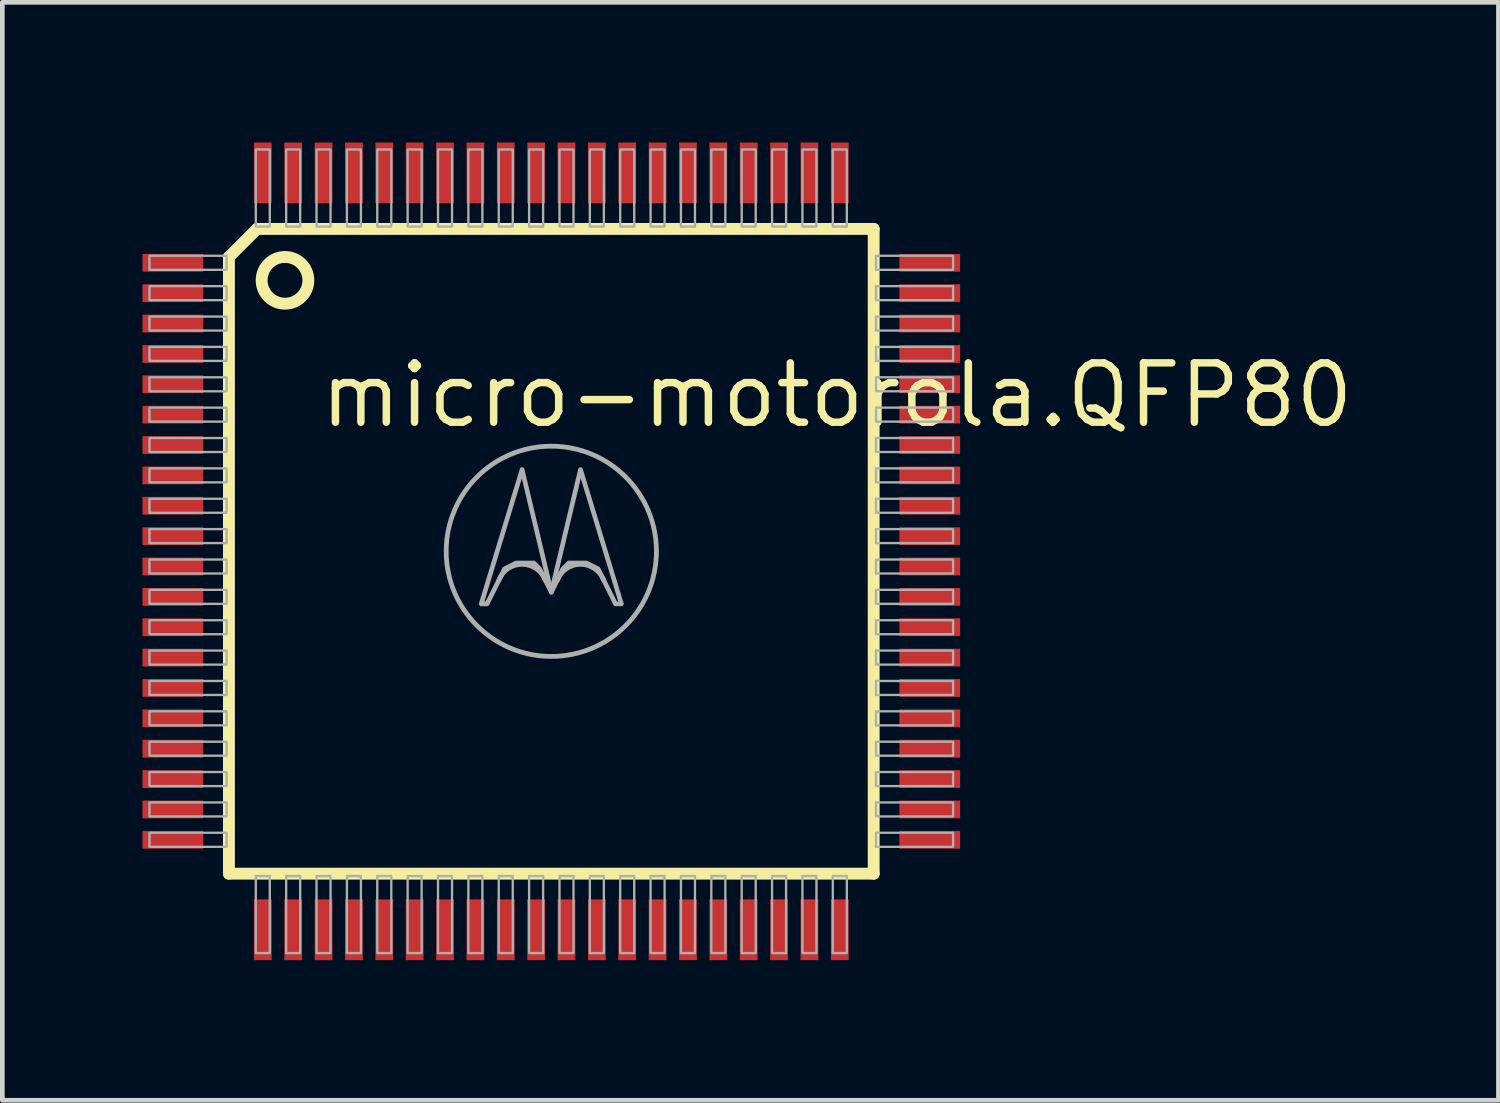
<source format=kicad_pcb>
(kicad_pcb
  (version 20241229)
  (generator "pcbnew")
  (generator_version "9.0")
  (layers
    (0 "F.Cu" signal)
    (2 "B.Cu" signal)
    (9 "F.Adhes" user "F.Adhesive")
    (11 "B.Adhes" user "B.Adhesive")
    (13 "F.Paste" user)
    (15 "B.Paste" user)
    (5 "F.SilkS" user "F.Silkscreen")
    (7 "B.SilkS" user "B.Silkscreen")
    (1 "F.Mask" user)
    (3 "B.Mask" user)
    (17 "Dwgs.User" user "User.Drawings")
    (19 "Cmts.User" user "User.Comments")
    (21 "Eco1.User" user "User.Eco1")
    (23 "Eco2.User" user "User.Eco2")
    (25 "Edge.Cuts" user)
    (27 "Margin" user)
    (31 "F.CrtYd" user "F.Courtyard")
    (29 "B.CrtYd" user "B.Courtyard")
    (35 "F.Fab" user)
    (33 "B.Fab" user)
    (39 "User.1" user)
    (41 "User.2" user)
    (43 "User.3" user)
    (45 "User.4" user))
  (footprint "micro-motorola.QFP80"
    (layer "F.Cu")
    (at 8.75 8.75)
    (property "Reference" "micro-motorola.QFP80" (at -5.028 -2.6 0) (layer "F.SilkS") (effects (font (size 1.27 1.27) (thickness 0.16)) (justify left bottom)))
    (attr smd)
    (fp_line (start -6.9 -6.3) (end -6.9 6.9) (stroke (width 0.254) (type default)) (layer "F.SilkS"))
    (fp_line (start -6.9 6.9) (end 6.9 6.9) (stroke (width 0.254) (type default)) (layer "F.SilkS"))
    (fp_line (start -6.3 -6.9) (end -6.9 -6.3) (stroke (width 0.254) (type default)) (layer "F.SilkS"))
    (fp_line (start 6.9 -6.9) (end -6.3 -6.9) (stroke (width 0.254) (type default)) (layer "F.SilkS"))
    (fp_line (start 6.9 6.9) (end 6.9 -6.9) (stroke (width 0.254) (type default)) (layer "F.SilkS"))
    (fp_circle (center -5.7 -5.8) (end -5.2 -5.8) (stroke (width 0.254) (type default)) (fill no) (layer "F.SilkS"))
    (fp_rect (start -8.6 -6.025) (end -6.95 -6.325) (stroke (width 0.05) (type default)) (fill no) (layer "F.Fab"))
    (fp_rect (start -8.6 -5.375) (end -6.95 -5.675) (stroke (width 0.05) (type default)) (fill no) (layer "F.Fab"))
    (fp_rect (start -8.6 -4.725) (end -6.95 -5.025) (stroke (width 0.05) (type default)) (fill no) (layer "F.Fab"))
    (fp_rect (start -8.6 -4.075) (end -6.95 -4.375) (stroke (width 0.05) (type default)) (fill no) (layer "F.Fab"))
    (fp_rect (start -8.6 -3.425) (end -6.95 -3.725) (stroke (width 0.05) (type default)) (fill no) (layer "F.Fab"))
    (fp_rect (start -8.6 -2.775) (end -6.95 -3.075) (stroke (width 0.05) (type default)) (fill no) (layer "F.Fab"))
    (fp_rect (start -8.6 -2.125) (end -6.95 -2.425) (stroke (width 0.05) (type default)) (fill no) (layer "F.Fab"))
    (fp_rect (start -8.6 -1.475) (end -6.95 -1.775) (stroke (width 0.05) (type default)) (fill no) (layer "F.Fab"))
    (fp_rect (start -8.6 -0.825) (end -6.95 -1.125) (stroke (width 0.05) (type default)) (fill no) (layer "F.Fab"))
    (fp_rect (start -8.6 -0.175) (end -6.95 -0.475) (stroke (width 0.05) (type default)) (fill no) (layer "F.Fab"))
    (fp_rect (start -8.6 0.475) (end -6.95 0.175) (stroke (width 0.05) (type default)) (fill no) (layer "F.Fab"))
    (fp_rect (start -8.6 1.125) (end -6.95 0.825) (stroke (width 0.05) (type default)) (fill no) (layer "F.Fab"))
    (fp_rect (start -8.6 1.775) (end -6.95 1.475) (stroke (width 0.05) (type default)) (fill no) (layer "F.Fab"))
    (fp_rect (start -8.6 2.425) (end -6.95 2.125) (stroke (width 0.05) (type default)) (fill no) (layer "F.Fab"))
    (fp_rect (start -8.6 3.075) (end -6.95 2.775) (stroke (width 0.05) (type default)) (fill no) (layer "F.Fab"))
    (fp_rect (start -8.6 3.725) (end -6.95 3.425) (stroke (width 0.05) (type default)) (fill no) (layer "F.Fab"))
    (fp_rect (start -8.6 4.375) (end -6.95 4.075) (stroke (width 0.05) (type default)) (fill no) (layer "F.Fab"))
    (fp_rect (start -8.6 5.025) (end -6.95 4.725) (stroke (width 0.05) (type default)) (fill no) (layer "F.Fab"))
    (fp_rect (start -8.6 5.675) (end -6.95 5.375) (stroke (width 0.05) (type default)) (fill no) (layer "F.Fab"))
    (fp_rect (start -8.6 6.325) (end -6.95 6.025) (stroke (width 0.05) (type default)) (fill no) (layer "F.Fab"))
    (fp_rect (start -6.325 -6.95) (end -6.025 -8.6) (stroke (width 0.05) (type default)) (fill no) (layer "F.Fab"))
    (fp_rect (start -6.325 8.6) (end -6.025 6.95) (stroke (width 0.05) (type default)) (fill no) (layer "F.Fab"))
    (fp_rect (start -5.675 -6.95) (end -5.375 -8.6) (stroke (width 0.05) (type default)) (fill no) (layer "F.Fab"))
    (fp_rect (start -5.675 8.6) (end -5.375 6.95) (stroke (width 0.05) (type default)) (fill no) (layer "F.Fab"))
    (fp_rect (start -5.025 -6.95) (end -4.725 -8.6) (stroke (width 0.05) (type default)) (fill no) (layer "F.Fab"))
    (fp_rect (start -5.025 8.6) (end -4.725 6.95) (stroke (width 0.05) (type default)) (fill no) (layer "F.Fab"))
    (fp_rect (start -4.375 -6.95) (end -4.075 -8.6) (stroke (width 0.05) (type default)) (fill no) (layer "F.Fab"))
    (fp_rect (start -4.375 8.6) (end -4.075 6.95) (stroke (width 0.05) (type default)) (fill no) (layer "F.Fab"))
    (fp_rect (start -3.725 -6.95) (end -3.425 -8.6) (stroke (width 0.05) (type default)) (fill no) (layer "F.Fab"))
    (fp_rect (start -3.725 8.6) (end -3.425 6.95) (stroke (width 0.05) (type default)) (fill no) (layer "F.Fab"))
    (fp_rect (start -3.075 -6.95) (end -2.775 -8.6) (stroke (width 0.05) (type default)) (fill no) (layer "F.Fab"))
    (fp_rect (start -3.075 8.6) (end -2.775 6.95) (stroke (width 0.05) (type default)) (fill no) (layer "F.Fab"))
    (fp_rect (start -2.425 -6.95) (end -2.125 -8.6) (stroke (width 0.05) (type default)) (fill no) (layer "F.Fab"))
    (fp_rect (start -2.425 8.6) (end -2.125 6.95) (stroke (width 0.05) (type default)) (fill no) (layer "F.Fab"))
    (fp_rect (start -1.775 -6.95) (end -1.475 -8.6) (stroke (width 0.05) (type default)) (fill no) (layer "F.Fab"))
    (fp_rect (start -1.775 8.6) (end -1.475 6.95) (stroke (width 0.05) (type default)) (fill no) (layer "F.Fab"))
    (fp_rect (start -1.125 -6.95) (end -0.825 -8.6) (stroke (width 0.05) (type default)) (fill no) (layer "F.Fab"))
    (fp_rect (start -1.125 8.6) (end -0.825 6.95) (stroke (width 0.05) (type default)) (fill no) (layer "F.Fab"))
    (fp_rect (start -0.475 -6.95) (end -0.175 -8.6) (stroke (width 0.05) (type default)) (fill no) (layer "F.Fab"))
    (fp_rect (start -0.475 8.6) (end -0.175 6.95) (stroke (width 0.05) (type default)) (fill no) (layer "F.Fab"))
    (fp_rect (start 0.175 -6.95) (end 0.475 -8.6) (stroke (width 0.05) (type default)) (fill no) (layer "F.Fab"))
    (fp_rect (start 0.175 8.6) (end 0.475 6.95) (stroke (width 0.05) (type default)) (fill no) (layer "F.Fab"))
    (fp_rect (start 0.825 -6.95) (end 1.125 -8.6) (stroke (width 0.05) (type default)) (fill no) (layer "F.Fab"))
    (fp_rect (start 0.825 8.6) (end 1.125 6.95) (stroke (width 0.05) (type default)) (fill no) (layer "F.Fab"))
    (fp_rect (start 1.475 -6.95) (end 1.775 -8.6) (stroke (width 0.05) (type default)) (fill no) (layer "F.Fab"))
    (fp_rect (start 1.475 8.6) (end 1.775 6.95) (stroke (width 0.05) (type default)) (fill no) (layer "F.Fab"))
    (fp_rect (start 2.125 -6.95) (end 2.425 -8.6) (stroke (width 0.05) (type default)) (fill no) (layer "F.Fab"))
    (fp_rect (start 2.125 8.6) (end 2.425 6.95) (stroke (width 0.05) (type default)) (fill no) (layer "F.Fab"))
    (fp_rect (start 2.775 -6.95) (end 3.075 -8.6) (stroke (width 0.05) (type default)) (fill no) (layer "F.Fab"))
    (fp_rect (start 2.775 8.6) (end 3.075 6.95) (stroke (width 0.05) (type default)) (fill no) (layer "F.Fab"))
    (fp_rect (start 3.425 -6.95) (end 3.725 -8.6) (stroke (width 0.05) (type default)) (fill no) (layer "F.Fab"))
    (fp_rect (start 3.425 8.6) (end 3.725 6.95) (stroke (width 0.05) (type default)) (fill no) (layer "F.Fab"))
    (fp_rect (start 4.075 -6.95) (end 4.375 -8.6) (stroke (width 0.05) (type default)) (fill no) (layer "F.Fab"))
    (fp_rect (start 4.075 8.6) (end 4.375 6.95) (stroke (width 0.05) (type default)) (fill no) (layer "F.Fab"))
    (fp_rect (start 4.725 -6.95) (end 5.025 -8.6) (stroke (width 0.05) (type default)) (fill no) (layer "F.Fab"))
    (fp_rect (start 4.725 8.6) (end 5.025 6.95) (stroke (width 0.05) (type default)) (fill no) (layer "F.Fab"))
    (fp_rect (start 5.375 -6.95) (end 5.675 -8.6) (stroke (width 0.05) (type default)) (fill no) (layer "F.Fab"))
    (fp_rect (start 5.375 8.6) (end 5.675 6.95) (stroke (width 0.05) (type default)) (fill no) (layer "F.Fab"))
    (fp_rect (start 6.025 -6.95) (end 6.325 -8.6) (stroke (width 0.05) (type default)) (fill no) (layer "F.Fab"))
    (fp_rect (start 6.025 8.6) (end 6.325 6.95) (stroke (width 0.05) (type default)) (fill no) (layer "F.Fab"))
    (fp_rect (start 6.95 -6.025) (end 8.6 -6.325) (stroke (width 0.05) (type default)) (fill no) (layer "F.Fab"))
    (fp_rect (start 6.95 -5.375) (end 8.6 -5.675) (stroke (width 0.05) (type default)) (fill no) (layer "F.Fab"))
    (fp_rect (start 6.95 -4.725) (end 8.6 -5.025) (stroke (width 0.05) (type default)) (fill no) (layer "F.Fab"))
    (fp_rect (start 6.95 -4.075) (end 8.6 -4.375) (stroke (width 0.05) (type default)) (fill no) (layer "F.Fab"))
    (fp_rect (start 6.95 -3.425) (end 8.6 -3.725) (stroke (width 0.05) (type default)) (fill no) (layer "F.Fab"))
    (fp_rect (start 6.95 -2.775) (end 8.6 -3.075) (stroke (width 0.05) (type default)) (fill no) (layer "F.Fab"))
    (fp_rect (start 6.95 -2.125) (end 8.6 -2.425) (stroke (width 0.05) (type default)) (fill no) (layer "F.Fab"))
    (fp_rect (start 6.95 -1.475) (end 8.6 -1.775) (stroke (width 0.05) (type default)) (fill no) (layer "F.Fab"))
    (fp_rect (start 6.95 -0.825) (end 8.6 -1.125) (stroke (width 0.05) (type default)) (fill no) (layer "F.Fab"))
    (fp_rect (start 6.95 -0.175) (end 8.6 -0.475) (stroke (width 0.05) (type default)) (fill no) (layer "F.Fab"))
    (fp_rect (start 6.95 0.475) (end 8.6 0.175) (stroke (width 0.05) (type default)) (fill no) (layer "F.Fab"))
    (fp_rect (start 6.95 1.125) (end 8.6 0.825) (stroke (width 0.05) (type default)) (fill no) (layer "F.Fab"))
    (fp_rect (start 6.95 1.775) (end 8.6 1.475) (stroke (width 0.05) (type default)) (fill no) (layer "F.Fab"))
    (fp_rect (start 6.95 2.425) (end 8.6 2.125) (stroke (width 0.05) (type default)) (fill no) (layer "F.Fab"))
    (fp_rect (start 6.95 3.075) (end 8.6 2.775) (stroke (width 0.05) (type default)) (fill no) (layer "F.Fab"))
    (fp_rect (start 6.95 3.725) (end 8.6 3.425) (stroke (width 0.05) (type default)) (fill no) (layer "F.Fab"))
    (fp_rect (start 6.95 4.375) (end 8.6 4.075) (stroke (width 0.05) (type default)) (fill no) (layer "F.Fab"))
    (fp_rect (start 6.95 5.025) (end 8.6 4.725) (stroke (width 0.05) (type default)) (fill no) (layer "F.Fab"))
    (fp_rect (start 6.95 5.675) (end 8.6 5.375) (stroke (width 0.05) (type default)) (fill no) (layer "F.Fab"))
    (fp_rect (start 6.95 6.325) (end 8.6 6.025) (stroke (width 0.05) (type default)) (fill no) (layer "F.Fab"))
    (fp_arc (start -1.125 0.625) (mid -0.625 0.2785) (end -0.125 0.625) (stroke (width 0.1016) (type default)) (layer "F.Fab"))
    (fp_arc (start 0.125 0.625) (mid 0.625 0.2785) (end 1.125 0.625) (stroke (width 0.1016) (type default)) (layer "F.Fab"))
    (fp_circle (center 0 0) (end 2.25 0) (stroke (width 0.102) (type default)) (fill no) (layer "F.Fab"))
    (fp_poly (pts (xy -1.5 1.125) (xy -0.625 -1.75) (xy 0 0.875) (xy -0.25 0.375) (xy -0.375 0.25) (xy -0.75 0.25) (xy -1 0.375) (xy -1.375 1.125)) (stroke (width 0.1) (type default)) (fill no) (layer "F.Fab"))
    (fp_poly (pts (xy 1.5 1.125) (xy 0.625 -1.75) (xy 0 0.875) (xy 0.25 0.375) (xy 0.375 0.25) (xy 0.75 0.25) (xy 1 0.375) (xy 1.375 1.125)) (stroke (width 0.1) (type default)) (fill no) (layer "F.Fab"))
    (pad "1" smd roundrect (at -8.1 -6.175) (size 1.3 0.38) (layers "F.Cu" "F.Mask" "F.Paste") (roundrect_rratio 0.01))
    (pad "2" smd roundrect (at -8.1 -5.525) (size 1.3 0.38) (layers "F.Cu" "F.Mask" "F.Paste") (roundrect_rratio 0.01))
    (pad "3" smd roundrect (at -8.1 -4.875) (size 1.3 0.38) (layers "F.Cu" "F.Mask" "F.Paste") (roundrect_rratio 0.01))
    (pad "4" smd roundrect (at -8.1 -4.225) (size 1.3 0.38) (layers "F.Cu" "F.Mask" "F.Paste") (roundrect_rratio 0.01))
    (pad "5" smd roundrect (at -8.1 -3.575) (size 1.3 0.38) (layers "F.Cu" "F.Mask" "F.Paste") (roundrect_rratio 0.01))
    (pad "6" smd roundrect (at -8.1 -2.925) (size 1.3 0.38) (layers "F.Cu" "F.Mask" "F.Paste") (roundrect_rratio 0.01))
    (pad "7" smd roundrect (at -8.1 -2.275) (size 1.3 0.38) (layers "F.Cu" "F.Mask" "F.Paste") (roundrect_rratio 0.01))
    (pad "8" smd roundrect (at -8.1 -1.625) (size 1.3 0.38) (layers "F.Cu" "F.Mask" "F.Paste") (roundrect_rratio 0.01))
    (pad "9" smd roundrect (at -8.1 -0.975) (size 1.3 0.38) (layers "F.Cu" "F.Mask" "F.Paste") (roundrect_rratio 0.01))
    (pad "10" smd roundrect (at -8.1 -0.325) (size 1.3 0.38) (layers "F.Cu" "F.Mask" "F.Paste") (roundrect_rratio 0.01))
    (pad "11" smd roundrect (at -8.1 0.325) (size 1.3 0.38) (layers "F.Cu" "F.Mask" "F.Paste") (roundrect_rratio 0.01))
    (pad "12" smd roundrect (at -8.1 0.975) (size 1.3 0.38) (layers "F.Cu" "F.Mask" "F.Paste") (roundrect_rratio 0.01))
    (pad "13" smd roundrect (at -8.1 1.625) (size 1.3 0.38) (layers "F.Cu" "F.Mask" "F.Paste") (roundrect_rratio 0.01))
    (pad "14" smd roundrect (at -8.1 2.275) (size 1.3 0.38) (layers "F.Cu" "F.Mask" "F.Paste") (roundrect_rratio 0.01))
    (pad "15" smd roundrect (at -8.1 2.925) (size 1.3 0.38) (layers "F.Cu" "F.Mask" "F.Paste") (roundrect_rratio 0.01))
    (pad "16" smd roundrect (at -8.1 3.575) (size 1.3 0.38) (layers "F.Cu" "F.Mask" "F.Paste") (roundrect_rratio 0.01))
    (pad "17" smd roundrect (at -8.1 4.225) (size 1.3 0.38) (layers "F.Cu" "F.Mask" "F.Paste") (roundrect_rratio 0.01))
    (pad "18" smd roundrect (at -8.1 4.875) (size 1.3 0.38) (layers "F.Cu" "F.Mask" "F.Paste") (roundrect_rratio 0.01))
    (pad "19" smd roundrect (at -8.1 5.525) (size 1.3 0.38) (layers "F.Cu" "F.Mask" "F.Paste") (roundrect_rratio 0.01))
    (pad "20" smd roundrect (at -8.1 6.175) (size 1.3 0.38) (layers "F.Cu" "F.Mask" "F.Paste") (roundrect_rratio 0.01))
    (pad "21" smd roundrect (at -6.175 8.1) (size 0.38 1.3) (layers "F.Cu" "F.Mask" "F.Paste") (roundrect_rratio 0.01))
    (pad "22" smd roundrect (at -5.525 8.1) (size 0.38 1.3) (layers "F.Cu" "F.Mask" "F.Paste") (roundrect_rratio 0.01))
    (pad "23" smd roundrect (at -4.875 8.1) (size 0.38 1.3) (layers "F.Cu" "F.Mask" "F.Paste") (roundrect_rratio 0.01))
    (pad "24" smd roundrect (at -4.225 8.1) (size 0.38 1.3) (layers "F.Cu" "F.Mask" "F.Paste") (roundrect_rratio 0.01))
    (pad "25" smd roundrect (at -3.575 8.1) (size 0.38 1.3) (layers "F.Cu" "F.Mask" "F.Paste") (roundrect_rratio 0.01))
    (pad "26" smd roundrect (at -2.925 8.1) (size 0.38 1.3) (layers "F.Cu" "F.Mask" "F.Paste") (roundrect_rratio 0.01))
    (pad "27" smd roundrect (at -2.275 8.1) (size 0.38 1.3) (layers "F.Cu" "F.Mask" "F.Paste") (roundrect_rratio 0.01))
    (pad "28" smd roundrect (at -1.625 8.1) (size 0.38 1.3) (layers "F.Cu" "F.Mask" "F.Paste") (roundrect_rratio 0.01))
    (pad "29" smd roundrect (at -0.975 8.1) (size 0.38 1.3) (layers "F.Cu" "F.Mask" "F.Paste") (roundrect_rratio 0.01))
    (pad "30" smd roundrect (at -0.325 8.1) (size 0.38 1.3) (layers "F.Cu" "F.Mask" "F.Paste") (roundrect_rratio 0.01))
    (pad "31" smd roundrect (at 0.325 8.1) (size 0.38 1.3) (layers "F.Cu" "F.Mask" "F.Paste") (roundrect_rratio 0.01))
    (pad "32" smd roundrect (at 0.975 8.1) (size 0.38 1.3) (layers "F.Cu" "F.Mask" "F.Paste") (roundrect_rratio 0.01))
    (pad "33" smd roundrect (at 1.625 8.1) (size 0.38 1.3) (layers "F.Cu" "F.Mask" "F.Paste") (roundrect_rratio 0.01))
    (pad "34" smd roundrect (at 2.275 8.1) (size 0.38 1.3) (layers "F.Cu" "F.Mask" "F.Paste") (roundrect_rratio 0.01))
    (pad "35" smd roundrect (at 2.925 8.1) (size 0.38 1.3) (layers "F.Cu" "F.Mask" "F.Paste") (roundrect_rratio 0.01))
    (pad "36" smd roundrect (at 3.575 8.1) (size 0.38 1.3) (layers "F.Cu" "F.Mask" "F.Paste") (roundrect_rratio 0.01))
    (pad "37" smd roundrect (at 4.225 8.1) (size 0.38 1.3) (layers "F.Cu" "F.Mask" "F.Paste") (roundrect_rratio 0.01))
    (pad "38" smd roundrect (at 4.875 8.1) (size 0.38 1.3) (layers "F.Cu" "F.Mask" "F.Paste") (roundrect_rratio 0.01))
    (pad "39" smd roundrect (at 5.525 8.1) (size 0.38 1.3) (layers "F.Cu" "F.Mask" "F.Paste") (roundrect_rratio 0.01))
    (pad "40" smd roundrect (at 6.175 8.1) (size 0.38 1.3) (layers "F.Cu" "F.Mask" "F.Paste") (roundrect_rratio 0.01))
    (pad "41" smd roundrect (at 8.1 6.175) (size 1.3 0.38) (layers "F.Cu" "F.Mask" "F.Paste") (roundrect_rratio 0.01))
    (pad "42" smd roundrect (at 8.1 5.525) (size 1.3 0.38) (layers "F.Cu" "F.Mask" "F.Paste") (roundrect_rratio 0.01))
    (pad "43" smd roundrect (at 8.1 4.875) (size 1.3 0.38) (layers "F.Cu" "F.Mask" "F.Paste") (roundrect_rratio 0.01))
    (pad "44" smd roundrect (at 8.1 4.225) (size 1.3 0.38) (layers "F.Cu" "F.Mask" "F.Paste") (roundrect_rratio 0.01))
    (pad "45" smd roundrect (at 8.1 3.575) (size 1.3 0.38) (layers "F.Cu" "F.Mask" "F.Paste") (roundrect_rratio 0.01))
    (pad "46" smd roundrect (at 8.1 2.925) (size 1.3 0.38) (layers "F.Cu" "F.Mask" "F.Paste") (roundrect_rratio 0.01))
    (pad "47" smd roundrect (at 8.1 2.275) (size 1.3 0.38) (layers "F.Cu" "F.Mask" "F.Paste") (roundrect_rratio 0.01))
    (pad "48" smd roundrect (at 8.1 1.625) (size 1.3 0.38) (layers "F.Cu" "F.Mask" "F.Paste") (roundrect_rratio 0.01))
    (pad "49" smd roundrect (at 8.1 0.975) (size 1.3 0.38) (layers "F.Cu" "F.Mask" "F.Paste") (roundrect_rratio 0.01))
    (pad "50" smd roundrect (at 8.1 0.325) (size 1.3 0.38) (layers "F.Cu" "F.Mask" "F.Paste") (roundrect_rratio 0.01))
    (pad "51" smd roundrect (at 8.1 -0.325) (size 1.3 0.38) (layers "F.Cu" "F.Mask" "F.Paste") (roundrect_rratio 0.01))
    (pad "52" smd roundrect (at 8.1 -0.975) (size 1.3 0.38) (layers "F.Cu" "F.Mask" "F.Paste") (roundrect_rratio 0.01))
    (pad "53" smd roundrect (at 8.1 -1.625) (size 1.3 0.38) (layers "F.Cu" "F.Mask" "F.Paste") (roundrect_rratio 0.01))
    (pad "54" smd roundrect (at 8.1 -2.275) (size 1.3 0.38) (layers "F.Cu" "F.Mask" "F.Paste") (roundrect_rratio 0.01))
    (pad "55" smd roundrect (at 8.1 -2.925) (size 1.3 0.38) (layers "F.Cu" "F.Mask" "F.Paste") (roundrect_rratio 0.01))
    (pad "56" smd roundrect (at 8.1 -3.575) (size 1.3 0.38) (layers "F.Cu" "F.Mask" "F.Paste") (roundrect_rratio 0.01))
    (pad "57" smd roundrect (at 8.1 -4.225) (size 1.3 0.38) (layers "F.Cu" "F.Mask" "F.Paste") (roundrect_rratio 0.01))
    (pad "58" smd roundrect (at 8.1 -4.875) (size 1.3 0.38) (layers "F.Cu" "F.Mask" "F.Paste") (roundrect_rratio 0.01))
    (pad "59" smd roundrect (at 8.1 -5.525) (size 1.3 0.38) (layers "F.Cu" "F.Mask" "F.Paste") (roundrect_rratio 0.01))
    (pad "60" smd roundrect (at 8.1 -6.175) (size 1.3 0.38) (layers "F.Cu" "F.Mask" "F.Paste") (roundrect_rratio 0.01))
    (pad "61" smd roundrect (at 6.175 -8.1) (size 0.38 1.3) (layers "F.Cu" "F.Mask" "F.Paste") (roundrect_rratio 0.01))
    (pad "62" smd roundrect (at 5.525 -8.1) (size 0.38 1.3) (layers "F.Cu" "F.Mask" "F.Paste") (roundrect_rratio 0.01))
    (pad "63" smd roundrect (at 4.875 -8.1) (size 0.38 1.3) (layers "F.Cu" "F.Mask" "F.Paste") (roundrect_rratio 0.01))
    (pad "64" smd roundrect (at 4.225 -8.1) (size 0.38 1.3) (layers "F.Cu" "F.Mask" "F.Paste") (roundrect_rratio 0.01))
    (pad "65" smd roundrect (at 3.575 -8.1) (size 0.38 1.3) (layers "F.Cu" "F.Mask" "F.Paste") (roundrect_rratio 0.01))
    (pad "66" smd roundrect (at 2.925 -8.1) (size 0.38 1.3) (layers "F.Cu" "F.Mask" "F.Paste") (roundrect_rratio 0.01))
    (pad "67" smd roundrect (at 2.275 -8.1) (size 0.38 1.3) (layers "F.Cu" "F.Mask" "F.Paste") (roundrect_rratio 0.01))
    (pad "68" smd roundrect (at 1.625 -8.1) (size 0.38 1.3) (layers "F.Cu" "F.Mask" "F.Paste") (roundrect_rratio 0.01))
    (pad "69" smd roundrect (at 0.975 -8.1) (size 0.38 1.3) (layers "F.Cu" "F.Mask" "F.Paste") (roundrect_rratio 0.01))
    (pad "70" smd roundrect (at 0.325 -8.1) (size 0.38 1.3) (layers "F.Cu" "F.Mask" "F.Paste") (roundrect_rratio 0.01))
    (pad "71" smd roundrect (at -0.325 -8.1) (size 0.38 1.3) (layers "F.Cu" "F.Mask" "F.Paste") (roundrect_rratio 0.01))
    (pad "72" smd roundrect (at -0.975 -8.1) (size 0.38 1.3) (layers "F.Cu" "F.Mask" "F.Paste") (roundrect_rratio 0.01))
    (pad "73" smd roundrect (at -1.625 -8.1) (size 0.38 1.3) (layers "F.Cu" "F.Mask" "F.Paste") (roundrect_rratio 0.01))
    (pad "74" smd roundrect (at -2.275 -8.1) (size 0.38 1.3) (layers "F.Cu" "F.Mask" "F.Paste") (roundrect_rratio 0.01))
    (pad "75" smd roundrect (at -2.925 -8.1) (size 0.38 1.3) (layers "F.Cu" "F.Mask" "F.Paste") (roundrect_rratio 0.01))
    (pad "76" smd roundrect (at -3.575 -8.1) (size 0.38 1.3) (layers "F.Cu" "F.Mask" "F.Paste") (roundrect_rratio 0.01))
    (pad "77" smd roundrect (at -4.225 -8.1) (size 0.38 1.3) (layers "F.Cu" "F.Mask" "F.Paste") (roundrect_rratio 0.01))
    (pad "78" smd roundrect (at -4.875 -8.1) (size 0.38 1.3) (layers "F.Cu" "F.Mask" "F.Paste") (roundrect_rratio 0.01))
    (pad "79" smd roundrect (at -5.525 -8.1) (size 0.38 1.3) (layers "F.Cu" "F.Mask" "F.Paste") (roundrect_rratio 0.01))
    (pad "80" smd roundrect (at -6.175 -8.1) (size 0.38 1.3) (layers "F.Cu" "F.Mask" "F.Paste") (roundrect_rratio 0.01)))
  (gr_rect
    (start -3 -3)
    (end 29.022 20.5)
    (stroke (width 0.1) (type default))
    (fill no)
    (layer "Edge.Cuts")))
</source>
